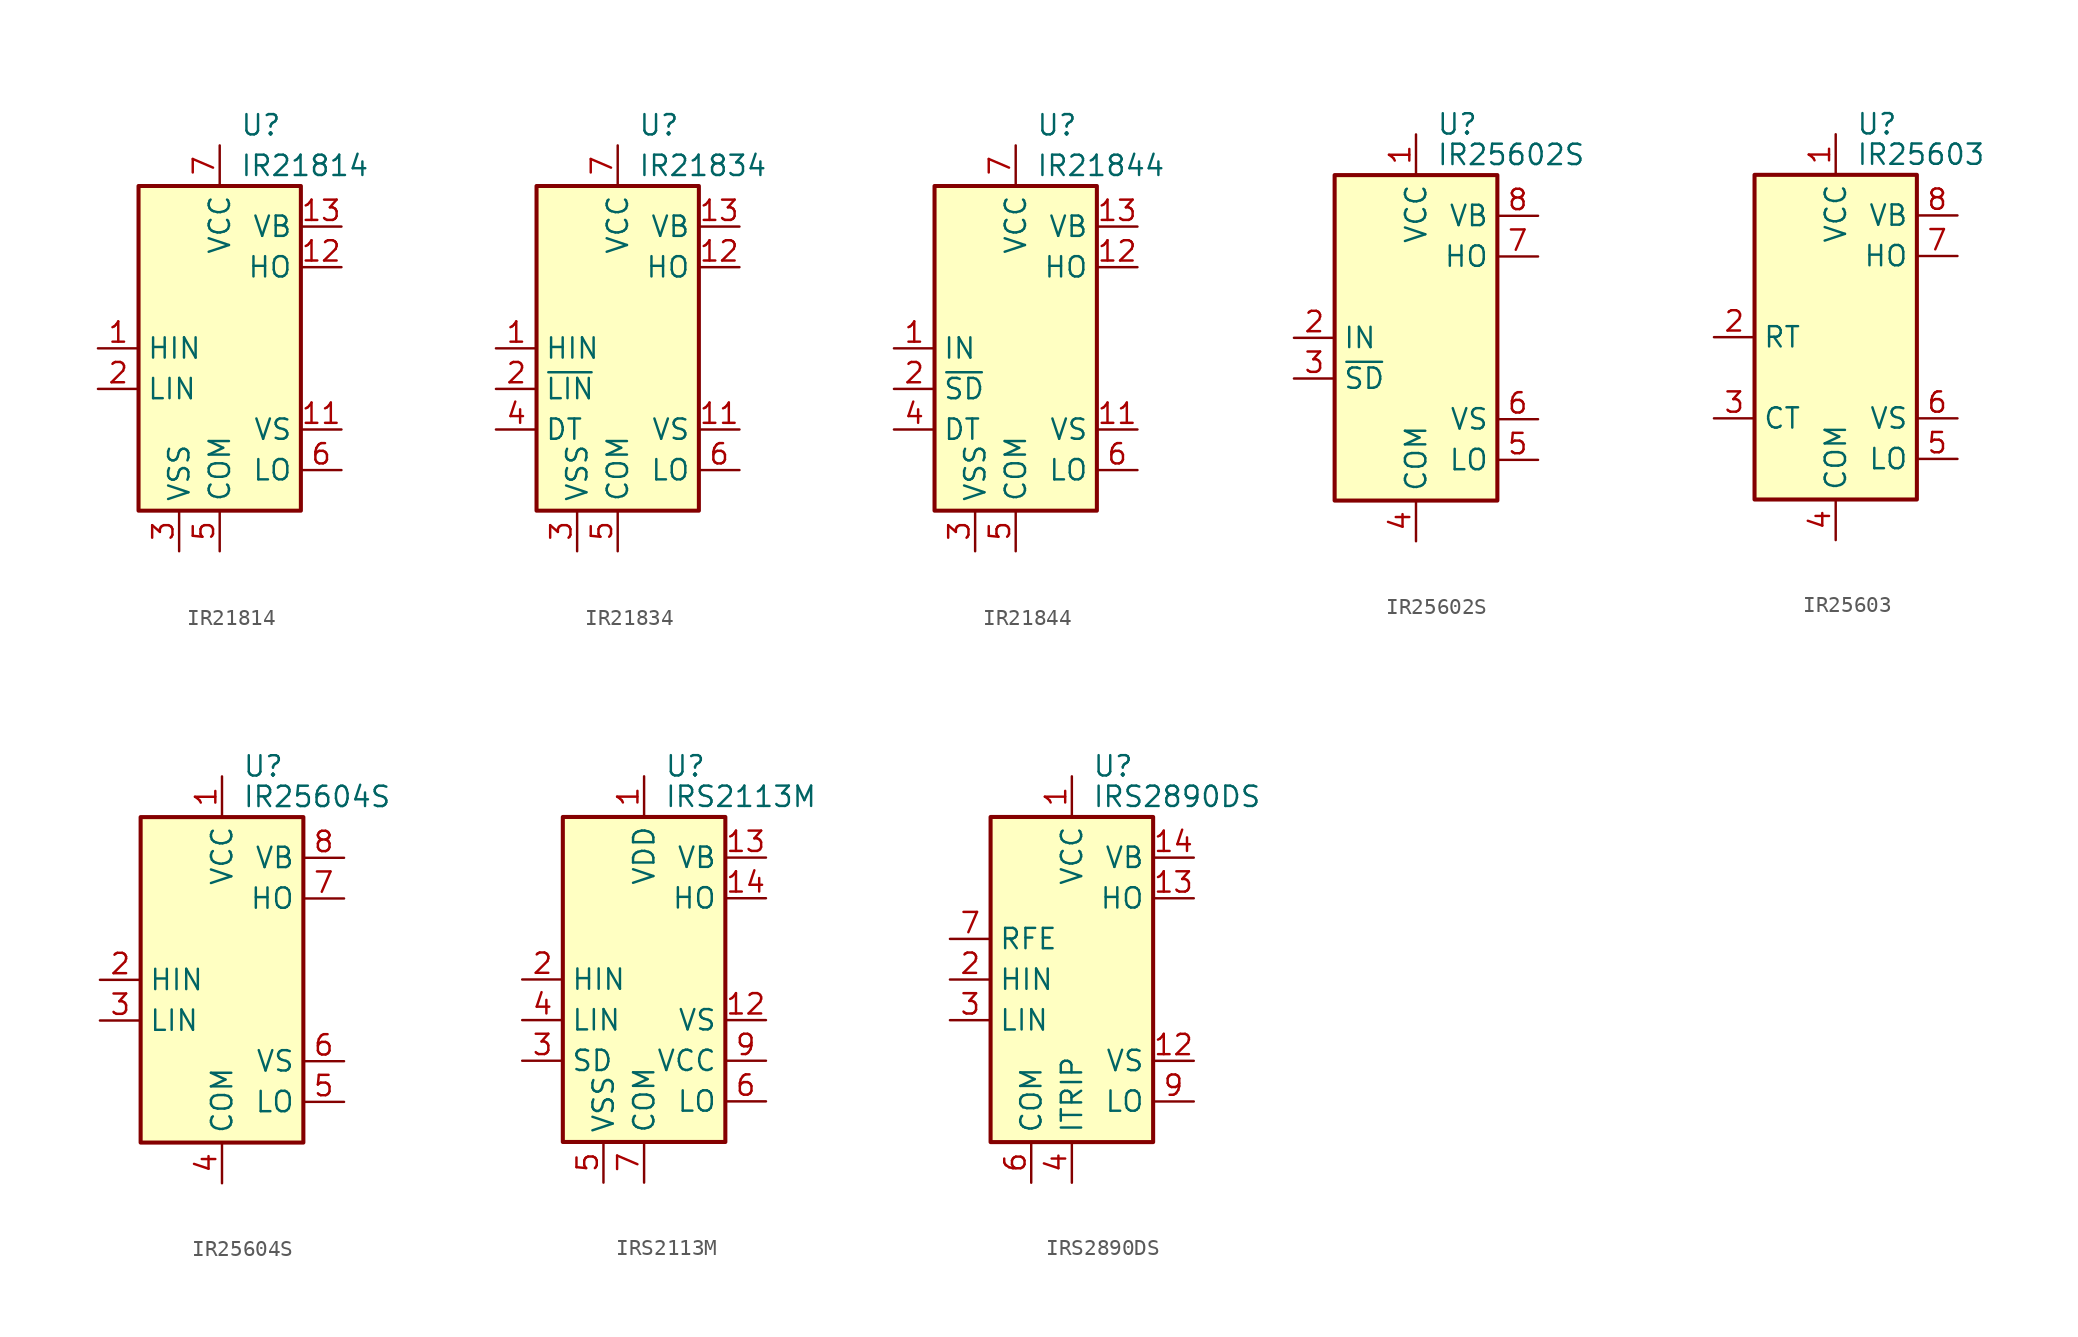
<source format=kicad_sym>
(kicad_symbol_lib
  (version 20220914)
  (generator kicad_symbol_editor)
  (symbol "IR21814"
    (property "Reference" "U"
      (at 1.27 13.97 0)
      (effects (font (size 1.27 1.27)) (justify left)))
    (property "Value" "IR21814"
      (at 1.27 11.43 0)
      (effects (font (size 1.27 1.27)) (justify left)))
    (symbol "IR21814_0_1"
      (rectangle (start -5.08 -10.16) (end 5.08 10.16) (stroke (width 0.254) (type default)) (fill (type background))))
    (symbol "IR21814_1_1"
      (pin input line (at -7.62 0 0) (length 2.54) (name "HIN" (effects (font (size 1.27 1.27)))) (number "1" (effects (font (size 1.27 1.27)))))
      (pin no_connect line (at 5.08 2.54 180) (length 2.54) hide (name "NC" (effects (font (size 1.27 1.27)))) (number "10" (effects (font (size 1.27 1.27)))))
      (pin passive line (at 7.62 -5.08 180) (length 2.54) (name "VS" (effects (font (size 1.27 1.27)))) (number "11" (effects (font (size 1.27 1.27)))))
      (pin output line (at 7.62 5.08 180) (length 2.54) (name "HO" (effects (font (size 1.27 1.27)))) (number "12" (effects (font (size 1.27 1.27)))))
      (pin passive line (at 7.62 7.62 180) (length 2.54) (name "VB" (effects (font (size 1.27 1.27)))) (number "13" (effects (font (size 1.27 1.27)))))
      (pin no_connect line (at 5.08 0 180) (length 2.54) hide (name "NC" (effects (font (size 1.27 1.27)))) (number "14" (effects (font (size 1.27 1.27)))))
      (pin input line (at -7.62 -2.54 0) (length 2.54) (name "LIN" (effects (font (size 1.27 1.27)))) (number "2" (effects (font (size 1.27 1.27)))))
      (pin power_in line (at -2.54 -12.7 90) (length 2.54) (name "VSS" (effects (font (size 1.27 1.27)))) (number "3" (effects (font (size 1.27 1.27)))))
      (pin no_connect line (at -5.08 7.62 0) (length 2.54) hide (name "NC" (effects (font (size 1.27 1.27)))) (number "4" (effects (font (size 1.27 1.27)))))
      (pin power_in line (at 0 -12.7 90) (length 2.54) (name "COM" (effects (font (size 1.27 1.27)))) (number "5" (effects (font (size 1.27 1.27)))))
      (pin output line (at 7.62 -7.62 180) (length 2.54) (name "LO" (effects (font (size 1.27 1.27)))) (number "6" (effects (font (size 1.27 1.27)))))
      (pin power_in line (at 0 12.7 270) (length 2.54) (name "VCC" (effects (font (size 1.27 1.27)))) (number "7" (effects (font (size 1.27 1.27)))))
      (pin no_connect line (at -5.08 5.08 0) (length 2.54) hide (name "NC" (effects (font (size 1.27 1.27)))) (number "8" (effects (font (size 1.27 1.27)))))
      (pin no_connect line (at -5.08 2.54 0) (length 2.54) hide (name "NC" (effects (font (size 1.27 1.27)))) (number "9" (effects (font (size 1.27 1.27)))))))
  (symbol "IR21834"
    (property "Reference" "U"
      (at 1.27 13.97 0)
      (effects (font (size 1.27 1.27)) (justify left)))
    (property "Value" "IR21834"
      (at 1.27 11.43 0)
      (effects (font (size 1.27 1.27)) (justify left)))
    (symbol "IR21834_0_1"
      (rectangle (start -5.08 -10.16) (end 5.08 10.16) (stroke (width 0.254) (type default)) (fill (type background))))
    (symbol "IR21834_1_1"
      (pin input line (at -7.62 0 0) (length 2.54) (name "HIN" (effects (font (size 1.27 1.27)))) (number "1" (effects (font (size 1.27 1.27)))))
      (pin no_connect line (at -5.08 2.54 0) (length 2.54) hide (name "NC" (effects (font (size 1.27 1.27)))) (number "10" (effects (font (size 1.27 1.27)))))
      (pin passive line (at 7.62 -5.08 180) (length 2.54) (name "VS" (effects (font (size 1.27 1.27)))) (number "11" (effects (font (size 1.27 1.27)))))
      (pin output line (at 7.62 5.08 180) (length 2.54) (name "HO" (effects (font (size 1.27 1.27)))) (number "12" (effects (font (size 1.27 1.27)))))
      (pin passive line (at 7.62 7.62 180) (length 2.54) (name "VB" (effects (font (size 1.27 1.27)))) (number "13" (effects (font (size 1.27 1.27)))))
      (pin no_connect line (at 5.08 2.54 180) (length 2.54) hide (name "NC" (effects (font (size 1.27 1.27)))) (number "14" (effects (font (size 1.27 1.27)))))
      (pin input line (at -7.62 -2.54 0) (length 2.54) (name "~{LIN}" (effects (font (size 1.27 1.27)))) (number "2" (effects (font (size 1.27 1.27)))))
      (pin power_in line (at -2.54 -12.7 90) (length 2.54) (name "VSS" (effects (font (size 1.27 1.27)))) (number "3" (effects (font (size 1.27 1.27)))))
      (pin input line (at -7.62 -5.08 0) (length 2.54) (name "DT" (effects (font (size 1.27 1.27)))) (number "4" (effects (font (size 1.27 1.27)))))
      (pin power_in line (at 0 -12.7 90) (length 2.54) (name "COM" (effects (font (size 1.27 1.27)))) (number "5" (effects (font (size 1.27 1.27)))))
      (pin output line (at 7.62 -7.62 180) (length 2.54) (name "LO" (effects (font (size 1.27 1.27)))) (number "6" (effects (font (size 1.27 1.27)))))
      (pin power_in line (at 0 12.7 270) (length 2.54) (name "VCC" (effects (font (size 1.27 1.27)))) (number "7" (effects (font (size 1.27 1.27)))))
      (pin no_connect line (at -5.08 7.62 0) (length 2.54) hide (name "NC" (effects (font (size 1.27 1.27)))) (number "8" (effects (font (size 1.27 1.27)))))
      (pin no_connect line (at -5.08 5.08 0) (length 2.54) hide (name "NC" (effects (font (size 1.27 1.27)))) (number "9" (effects (font (size 1.27 1.27)))))))
  (symbol "IR21844"
    (property "Reference" "U"
      (at 1.27 13.97 0)
      (effects (font (size 1.27 1.27)) (justify left)))
    (property "Value" "IR21844"
      (at 1.27 11.43 0)
      (effects (font (size 1.27 1.27)) (justify left)))
    (symbol "IR21844_0_1"
      (rectangle (start -5.08 -10.16) (end 5.08 10.16) (stroke (width 0.254) (type default)) (fill (type background))))
    (symbol "IR21844_1_1"
      (pin input line (at -7.62 0 0) (length 2.54) (name "IN" (effects (font (size 1.27 1.27)))) (number "1" (effects (font (size 1.27 1.27)))))
      (pin no_connect line (at -5.08 2.54 0) (length 2.54) hide (name "NC" (effects (font (size 1.27 1.27)))) (number "10" (effects (font (size 1.27 1.27)))))
      (pin passive line (at 7.62 -5.08 180) (length 2.54) (name "VS" (effects (font (size 1.27 1.27)))) (number "11" (effects (font (size 1.27 1.27)))))
      (pin output line (at 7.62 5.08 180) (length 2.54) (name "HO" (effects (font (size 1.27 1.27)))) (number "12" (effects (font (size 1.27 1.27)))))
      (pin passive line (at 7.62 7.62 180) (length 2.54) (name "VB" (effects (font (size 1.27 1.27)))) (number "13" (effects (font (size 1.27 1.27)))))
      (pin no_connect line (at 5.08 2.54 180) (length 2.54) hide (name "NC" (effects (font (size 1.27 1.27)))) (number "14" (effects (font (size 1.27 1.27)))))
      (pin input line (at -7.62 -2.54 0) (length 2.54) (name "~{SD}" (effects (font (size 1.27 1.27)))) (number "2" (effects (font (size 1.27 1.27)))))
      (pin power_in line (at -2.54 -12.7 90) (length 2.54) (name "VSS" (effects (font (size 1.27 1.27)))) (number "3" (effects (font (size 1.27 1.27)))))
      (pin input line (at -7.62 -5.08 0) (length 2.54) (name "DT" (effects (font (size 1.27 1.27)))) (number "4" (effects (font (size 1.27 1.27)))))
      (pin power_in line (at 0 -12.7 90) (length 2.54) (name "COM" (effects (font (size 1.27 1.27)))) (number "5" (effects (font (size 1.27 1.27)))))
      (pin output line (at 7.62 -7.62 180) (length 2.54) (name "LO" (effects (font (size 1.27 1.27)))) (number "6" (effects (font (size 1.27 1.27)))))
      (pin power_in line (at 0 12.7 270) (length 2.54) (name "VCC" (effects (font (size 1.27 1.27)))) (number "7" (effects (font (size 1.27 1.27)))))
      (pin no_connect line (at -5.08 7.62 0) (length 2.54) hide (name "NC" (effects (font (size 1.27 1.27)))) (number "8" (effects (font (size 1.27 1.27)))))
      (pin no_connect line (at -5.08 5.08 0) (length 2.54) hide (name "NC" (effects (font (size 1.27 1.27)))) (number "9" (effects (font (size 1.27 1.27)))))))
  (symbol "IR25602S"
    (property "Reference" "U"
      (at 1.27 13.335 0)
      (effects (font (size 1.27 1.27)) (justify left)))
    (property "Value" "IR25602S"
      (at 1.27 11.43 0)
      (effects (font (size 1.27 1.27)) (justify left)))
    (symbol "IR25602S_0_1"
      (rectangle (start -5.08 -10.16) (end 5.08 10.16) (stroke (width 0.254) (type default)) (fill (type background))))
    (symbol "IR25602S_1_1"
      (pin power_in line (at 0 12.7 270) (length 2.54) (name "VCC" (effects (font (size 1.27 1.27)))) (number "1" (effects (font (size 1.27 1.27)))))
      (pin input line (at -7.62 0 0) (length 2.54) (name "IN" (effects (font (size 1.27 1.27)))) (number "2" (effects (font (size 1.27 1.27)))))
      (pin input line (at -7.62 -2.54 0) (length 2.54) (name "~{SD}" (effects (font (size 1.27 1.27)))) (number "3" (effects (font (size 1.27 1.27)))))
      (pin power_in line (at 0 -12.7 90) (length 2.54) (name "COM" (effects (font (size 1.27 1.27)))) (number "4" (effects (font (size 1.27 1.27)))))
      (pin output line (at 7.62 -7.62 180) (length 2.54) (name "LO" (effects (font (size 1.27 1.27)))) (number "5" (effects (font (size 1.27 1.27)))))
      (pin passive line (at 7.62 -5.08 180) (length 2.54) (name "VS" (effects (font (size 1.27 1.27)))) (number "6" (effects (font (size 1.27 1.27)))))
      (pin output line (at 7.62 5.08 180) (length 2.54) (name "HO" (effects (font (size 1.27 1.27)))) (number "7" (effects (font (size 1.27 1.27)))))
      (pin passive line (at 7.62 7.62 180) (length 2.54) (name "VB" (effects (font (size 1.27 1.27)))) (number "8" (effects (font (size 1.27 1.27)))))))
  (symbol "IR25603"
    (property "Reference" "U"
      (at 1.27 13.335 0)
      (effects (font (size 1.27 1.27)) (justify left)))
    (property "Value" "IR25603"
      (at 1.27 11.43 0)
      (effects (font (size 1.27 1.27)) (justify left)))
    (symbol "IR25603_0_1"
      (rectangle (start -5.08 -10.16) (end 5.08 10.16) (stroke (width 0.254) (type default)) (fill (type background))))
    (symbol "IR25603_1_1"
      (pin power_in line (at 0 12.7 270) (length 2.54) (name "VCC" (effects (font (size 1.27 1.27)))) (number "1" (effects (font (size 1.27 1.27)))))
      (pin passive line (at -7.62 0 0) (length 2.54) (name "RT" (effects (font (size 1.27 1.27)))) (number "2" (effects (font (size 1.27 1.27)))))
      (pin passive line (at -7.62 -5.08 0) (length 2.54) (name "CT" (effects (font (size 1.27 1.27)))) (number "3" (effects (font (size 1.27 1.27)))))
      (pin power_in line (at 0 -12.7 90) (length 2.54) (name "COM" (effects (font (size 1.27 1.27)))) (number "4" (effects (font (size 1.27 1.27)))))
      (pin output line (at 7.62 -7.62 180) (length 2.54) (name "LO" (effects (font (size 1.27 1.27)))) (number "5" (effects (font (size 1.27 1.27)))))
      (pin passive line (at 7.62 -5.08 180) (length 2.54) (name "VS" (effects (font (size 1.27 1.27)))) (number "6" (effects (font (size 1.27 1.27)))))
      (pin output line (at 7.62 5.08 180) (length 2.54) (name "HO" (effects (font (size 1.27 1.27)))) (number "7" (effects (font (size 1.27 1.27)))))
      (pin passive line (at 7.62 7.62 180) (length 2.54) (name "VB" (effects (font (size 1.27 1.27)))) (number "8" (effects (font (size 1.27 1.27)))))))
  (symbol "IR25604S"
    (property "Reference" "U"
      (at 1.27 13.335 0)
      (effects (font (size 1.27 1.27)) (justify left)))
    (property "Value" "IR25604S"
      (at 1.27 11.43 0)
      (effects (font (size 1.27 1.27)) (justify left)))
    (symbol "IR25604S_0_1"
      (rectangle (start -5.08 -10.16) (end 5.08 10.16) (stroke (width 0.254) (type default)) (fill (type background))))
    (symbol "IR25604S_1_1"
      (pin power_in line (at 0 12.7 270) (length 2.54) (name "VCC" (effects (font (size 1.27 1.27)))) (number "1" (effects (font (size 1.27 1.27)))))
      (pin input line (at -7.62 0 0) (length 2.54) (name "HIN" (effects (font (size 1.27 1.27)))) (number "2" (effects (font (size 1.27 1.27)))))
      (pin input line (at -7.62 -2.54 0) (length 2.54) (name "LIN" (effects (font (size 1.27 1.27)))) (number "3" (effects (font (size 1.27 1.27)))))
      (pin power_in line (at 0 -12.7 90) (length 2.54) (name "COM" (effects (font (size 1.27 1.27)))) (number "4" (effects (font (size 1.27 1.27)))))
      (pin output line (at 7.62 -7.62 180) (length 2.54) (name "LO" (effects (font (size 1.27 1.27)))) (number "5" (effects (font (size 1.27 1.27)))))
      (pin passive line (at 7.62 -5.08 180) (length 2.54) (name "VS" (effects (font (size 1.27 1.27)))) (number "6" (effects (font (size 1.27 1.27)))))
      (pin output line (at 7.62 5.08 180) (length 2.54) (name "HO" (effects (font (size 1.27 1.27)))) (number "7" (effects (font (size 1.27 1.27)))))
      (pin passive line (at 7.62 7.62 180) (length 2.54) (name "VB" (effects (font (size 1.27 1.27)))) (number "8" (effects (font (size 1.27 1.27)))))))
  (symbol "IRS2113M"
    (property "Reference" "U"
      (at 1.27 13.335 0)
      (effects (font (size 1.27 1.27)) (justify left)))
    (property "Value" "IRS2113M"
      (at 1.27 11.43 0)
      (effects (font (size 1.27 1.27)) (justify left)))
    (symbol "IRS2113M_0_1"
      (rectangle (start -5.08 -10.16) (end 5.08 10.16) (stroke (width 0.254) (type default)) (fill (type background))))
    (symbol "IRS2113M_1_1"
      (pin power_in line (at 0 12.7 270) (length 2.54) (name "VDD" (effects (font (size 1.27 1.27)))) (number "1" (effects (font (size 1.27 1.27)))))
      (pin no_connect line (at -5.08 5.08 0) (length 2.54) hide (name "NC" (effects (font (size 1.27 1.27)))) (number "11" (effects (font (size 1.27 1.27)))))
      (pin passive line (at 7.62 -2.54 180) (length 2.54) (name "VS" (effects (font (size 1.27 1.27)))) (number "12" (effects (font (size 1.27 1.27)))))
      (pin passive line (at 7.62 7.62 180) (length 2.54) (name "VB" (effects (font (size 1.27 1.27)))) (number "13" (effects (font (size 1.27 1.27)))))
      (pin output line (at 7.62 5.08 180) (length 2.54) (name "HO" (effects (font (size 1.27 1.27)))) (number "14" (effects (font (size 1.27 1.27)))))
      (pin no_connect line (at -5.08 2.54 0) (length 2.54) hide (name "NC" (effects (font (size 1.27 1.27)))) (number "16" (effects (font (size 1.27 1.27)))))
      (pin passive line (at 0 -12.7 90) (length 2.54) hide (name "COM" (effects (font (size 1.27 1.27)))) (number "17" (effects (font (size 1.27 1.27)))))
      (pin input line (at -7.62 0 0) (length 2.54) (name "HIN" (effects (font (size 1.27 1.27)))) (number "2" (effects (font (size 1.27 1.27)))))
      (pin input line (at -7.62 -5.08 0) (length 2.54) (name "SD" (effects (font (size 1.27 1.27)))) (number "3" (effects (font (size 1.27 1.27)))))
      (pin input line (at -7.62 -2.54 0) (length 2.54) (name "LIN" (effects (font (size 1.27 1.27)))) (number "4" (effects (font (size 1.27 1.27)))))
      (pin power_in line (at -2.54 -12.7 90) (length 2.54) (name "VSS" (effects (font (size 1.27 1.27)))) (number "5" (effects (font (size 1.27 1.27)))))
      (pin output line (at 7.62 -7.62 180) (length 2.54) (name "LO" (effects (font (size 1.27 1.27)))) (number "6" (effects (font (size 1.27 1.27)))))
      (pin power_in line (at 0 -12.7 90) (length 2.54) (name "COM" (effects (font (size 1.27 1.27)))) (number "7" (effects (font (size 1.27 1.27)))))
      (pin no_connect line (at -5.08 7.62 0) (length 2.54) hide (name "NC" (effects (font (size 1.27 1.27)))) (number "8" (effects (font (size 1.27 1.27)))))
      (pin power_in line (at 7.62 -5.08 180) (length 2.54) (name "VCC" (effects (font (size 1.27 1.27)))) (number "9" (effects (font (size 1.27 1.27)))))))
  (symbol "IRS2890DS"
    (property "Reference" "U"
      (at 1.27 13.335 0)
      (effects (font (size 1.27 1.27)) (justify left)))
    (property "Value" "IRS2890DS"
      (at 1.27 11.43 0)
      (effects (font (size 1.27 1.27)) (justify left)))
    (symbol "IRS2890DS_0_1"
      (rectangle (start -5.08 -10.16) (end 5.08 10.16) (stroke (width 0.254) (type default)) (fill (type background))))
    (symbol "IRS2890DS_1_1"
      (pin power_in line (at 0 12.7 270) (length 2.54) (name "VCC" (effects (font (size 1.27 1.27)))) (number "1" (effects (font (size 1.27 1.27)))))
      (pin no_connect line (at 5.08 2.54 180) (length 2.54) hide (name "NC" (effects (font (size 1.27 1.27)))) (number "10" (effects (font (size 1.27 1.27)))))
      (pin no_connect line (at 5.08 0 180) (length 2.54) hide (name "NC" (effects (font (size 1.27 1.27)))) (number "11" (effects (font (size 1.27 1.27)))))
      (pin passive line (at 7.62 -5.08 180) (length 2.54) (name "VS" (effects (font (size 1.27 1.27)))) (number "12" (effects (font (size 1.27 1.27)))))
      (pin output line (at 7.62 5.08 180) (length 2.54) (name "HO" (effects (font (size 1.27 1.27)))) (number "13" (effects (font (size 1.27 1.27)))))
      (pin passive line (at 7.62 7.62 180) (length 2.54) (name "VB" (effects (font (size 1.27 1.27)))) (number "14" (effects (font (size 1.27 1.27)))))
      (pin input line (at -7.62 0 0) (length 2.54) (name "HIN" (effects (font (size 1.27 1.27)))) (number "2" (effects (font (size 1.27 1.27)))))
      (pin input line (at -7.62 -2.54 0) (length 2.54) (name "LIN" (effects (font (size 1.27 1.27)))) (number "3" (effects (font (size 1.27 1.27)))))
      (pin passive line (at 0 -12.7 90) (length 2.54) (name "ITRIP" (effects (font (size 1.27 1.27)))) (number "4" (effects (font (size 1.27 1.27)))))
      (pin no_connect line (at -5.08 7.62 0) (length 2.54) hide (name "NC" (effects (font (size 1.27 1.27)))) (number "5" (effects (font (size 1.27 1.27)))))
      (pin power_in line (at -2.54 -12.7 90) (length 2.54) (name "COM" (effects (font (size 1.27 1.27)))) (number "6" (effects (font (size 1.27 1.27)))))
      (pin open_collector line (at -7.62 2.54 0) (length 2.54) (name "RFE" (effects (font (size 1.27 1.27)))) (number "7" (effects (font (size 1.27 1.27)))))
      (pin no_connect line (at -5.08 5.08 0) (length 2.54) hide (name "NC" (effects (font (size 1.27 1.27)))) (number "8" (effects (font (size 1.27 1.27)))))
      (pin output line (at 7.62 -7.62 180) (length 2.54) (name "LO" (effects (font (size 1.27 1.27)))) (number "9" (effects (font (size 1.27 1.27))))))))
</source>
